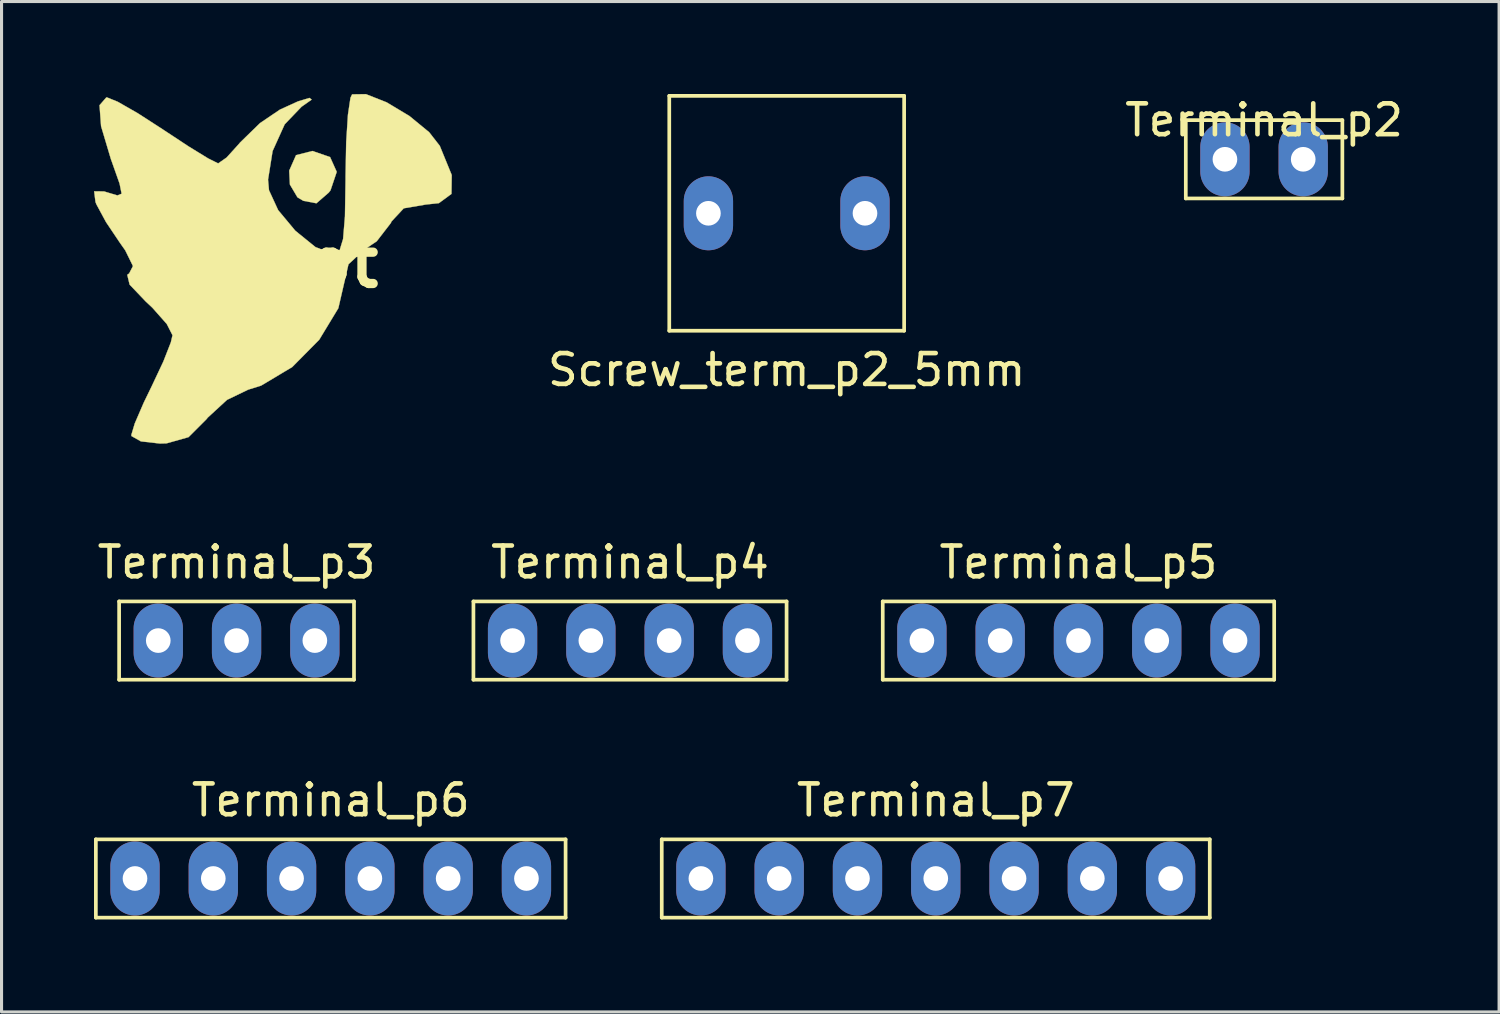
<source format=kicad_pcb>
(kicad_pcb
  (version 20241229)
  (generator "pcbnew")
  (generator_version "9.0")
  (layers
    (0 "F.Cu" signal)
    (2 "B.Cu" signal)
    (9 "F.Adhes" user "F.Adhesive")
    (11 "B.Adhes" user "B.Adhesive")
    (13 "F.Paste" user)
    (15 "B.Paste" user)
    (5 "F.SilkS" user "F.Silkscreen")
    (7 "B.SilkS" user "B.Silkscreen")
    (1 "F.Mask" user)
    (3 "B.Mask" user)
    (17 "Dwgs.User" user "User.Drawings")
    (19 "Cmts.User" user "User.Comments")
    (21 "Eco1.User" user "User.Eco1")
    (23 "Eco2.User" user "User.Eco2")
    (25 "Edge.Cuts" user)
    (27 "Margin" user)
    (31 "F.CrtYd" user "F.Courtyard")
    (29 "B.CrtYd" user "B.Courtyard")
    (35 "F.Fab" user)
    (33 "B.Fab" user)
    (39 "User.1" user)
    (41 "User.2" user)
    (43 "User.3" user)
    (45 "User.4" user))
  (footprint "Terminal_p4"
    (layer "F.Cu")
    (at 17.39 17.733)
    (property "Reference" "Terminal_p4" (at 0 -2.54 0) (layer "F.SilkS") (effects (font (size 1 1) (thickness 0.15))))
    (attr through_hole)
    (fp_line (start -5.08 -1.27) (end 5.08 -1.27) (stroke (width 0.12) (type solid)) (layer "F.SilkS"))
    (fp_line (start -5.08 1.27) (end -5.08 -1.27) (stroke (width 0.12) (type solid)) (layer "F.SilkS"))
    (fp_line (start 5.08 -1.27) (end 5.08 1.27) (stroke (width 0.12) (type solid)) (layer "F.SilkS"))
    (fp_line (start 5.08 1.27) (end -5.08 1.27) (stroke (width 0.12) (type solid)) (layer "F.SilkS"))
    (pad "1" thru_hole oval (at -3.81 0) (size 1.6 2.4) (drill 0.8) (layers "*.Cu" "*.Mask"))
    (pad "2" thru_hole oval (at -1.27 0) (size 1.6 2.4) (drill 0.8) (layers "*.Cu" "*.Mask"))
    (pad "3" thru_hole oval (at 1.27 0) (size 1.6 2.4) (drill 0.8) (layers "*.Cu" "*.Mask"))
    (pad "4" thru_hole oval (at 3.81 0) (size 1.6 2.4) (drill 0.8) (layers "*.Cu" "*.Mask")))
  (footprint "Terminal_p5"
    (layer "F.Cu")
    (at 31.94 17.733)
    (property "Reference" "Terminal_p5" (at 0 -2.54 0) (layer "F.SilkS") (effects (font (size 1 1) (thickness 0.15))))
    (attr through_hole)
    (fp_line (start -6.35 -1.27) (end 6.35 -1.27) (stroke (width 0.12) (type solid)) (layer "F.SilkS"))
    (fp_line (start -6.35 1.27) (end -6.35 -1.27) (stroke (width 0.12) (type solid)) (layer "F.SilkS"))
    (fp_line (start 6.35 -1.27) (end 6.35 1.27) (stroke (width 0.12) (type solid)) (layer "F.SilkS"))
    (fp_line (start 6.35 1.27) (end -6.35 1.27) (stroke (width 0.12) (type solid)) (layer "F.SilkS"))
    (pad "1" thru_hole oval (at -5.08 0) (size 1.6 2.4) (drill 0.8) (layers "*.Cu" "*.Mask"))
    (pad "2" thru_hole oval (at -2.54 0) (size 1.6 2.4) (drill 0.8) (layers "*.Cu" "*.Mask"))
    (pad "3" thru_hole oval (at 0 0) (size 1.6 2.4) (drill 0.8) (layers "*.Cu" "*.Mask"))
    (pad "4" thru_hole oval (at 2.54 0) (size 1.6 2.4) (drill 0.8) (layers "*.Cu" "*.Mask"))
    (pad "5" thru_hole oval (at 5.08 0) (size 1.6 2.4) (drill 0.8) (layers "*.Cu" "*.Mask")))
  (footprint "Terminal_p2"
    (layer "F.Cu")
    (at 37.962 2.118)
    (property "Reference" "Terminal_p2" (at 0 -1.27 0) (layer "F.SilkS") (effects (font (size 1 1) (thickness 0.15))))
    (attr through_hole)
    (fp_line (start -2.54 -1.27) (end -2.54 1.27) (stroke (width 0.12) (type solid)) (layer "F.SilkS"))
    (fp_line (start -2.54 1.27) (end 2.54 1.27) (stroke (width 0.12) (type solid)) (layer "F.SilkS"))
    (fp_line (start 2.54 -1.27) (end -2.54 -1.27) (stroke (width 0.12) (type solid)) (layer "F.SilkS"))
    (fp_line (start 2.54 1.27) (end 2.54 -1.27) (stroke (width 0.12) (type solid)) (layer "F.SilkS"))
    (pad "1" thru_hole oval (at -1.27 0) (size 1.6 2.4) (drill 0.8) (layers "*.Cu" "*.Mask"))
    (pad "2" thru_hole oval (at 1.27 0) (size 1.6 2.4) (drill 0.8) (layers "*.Cu" "*.Mask")))
  (footprint "Terminal_p3"
    (layer "F.Cu")
    (at 4.625 17.733)
    (property "Reference" "Terminal_p3" (at 0 -2.54 0) (layer "F.SilkS") (effects (font (size 1 1) (thickness 0.15))))
    (attr through_hole)
    (fp_line (start -3.81 -1.27) (end 3.81 -1.27) (stroke (width 0.12) (type solid)) (layer "F.SilkS"))
    (fp_line (start -3.81 1.27) (end -3.81 -1.27) (stroke (width 0.12) (type solid)) (layer "F.SilkS"))
    (fp_line (start 3.81 -1.27) (end 3.81 1.27) (stroke (width 0.12) (type solid)) (layer "F.SilkS"))
    (fp_line (start 3.81 1.27) (end -3.81 1.27) (stroke (width 0.12) (type solid)) (layer "F.SilkS"))
    (pad "1" thru_hole oval (at -2.54 0) (size 1.6 2.4) (drill 0.8) (layers "*.Cu" "*.Mask"))
    (pad "2" thru_hole oval (at 0 0) (size 1.6 2.4) (drill 0.8) (layers "*.Cu" "*.Mask"))
    (pad "3" thru_hole oval (at 2.54 0) (size 1.6 2.4) (drill 0.8) (layers "*.Cu" "*.Mask")))
  (footprint "Screw_term_p2_5mm"
    (layer "F.Cu")
    (at 22.474 3.87)
    (property "Reference" "Screw_term_p2_5mm" (at 0 5.08 0) (layer "F.SilkS") (effects (font (size 1 1) (thickness 0.15))))
    (attr through_hole)
    (fp_line (start -3.81 -3.81) (end -3.81 3.81) (stroke (width 0.12) (type solid)) (layer "F.SilkS"))
    (fp_line (start -3.81 3.81) (end 3.81 3.81) (stroke (width 0.12) (type solid)) (layer "F.SilkS"))
    (fp_line (start 3.81 -3.81) (end -3.81 -3.81) (stroke (width 0.12) (type solid)) (layer "F.SilkS"))
    (fp_line (start 3.81 3.81) (end 3.81 -3.81) (stroke (width 0.12) (type solid)) (layer "F.SilkS"))
    (pad "1" thru_hole oval (at -2.54 0) (size 1.6 2.4) (drill 0.8) (layers "*.Cu" "*.Mask"))
    (pad "2" thru_hole oval (at 2.54 0) (size 1.6 2.4) (drill 0.8) (layers "*.Cu" "*.Mask")))
  (footprint "Terminal_p7"
    (layer "F.Cu")
    (at 27.31 25.452)
    (property "Reference" "Terminal_p7" (at 0 -2.54 0) (layer "F.SilkS") (effects (font (size 1 1) (thickness 0.15))))
    (attr through_hole)
    (fp_line (start -8.89 -1.27) (end 8.89 -1.27) (stroke (width 0.12) (type solid)) (layer "F.SilkS"))
    (fp_line (start -8.89 1.27) (end -8.89 -1.27) (stroke (width 0.12) (type solid)) (layer "F.SilkS"))
    (fp_line (start 8.89 -1.27) (end 8.89 1.27) (stroke (width 0.12) (type solid)) (layer "F.SilkS"))
    (fp_line (start 8.89 1.27) (end -8.89 1.27) (stroke (width 0.12) (type solid)) (layer "F.SilkS"))
    (pad "1" thru_hole oval (at -7.62 0) (size 1.6 2.4) (drill 0.8) (layers "*.Cu" "*.Mask"))
    (pad "2" thru_hole oval (at -5.08 0) (size 1.6 2.4) (drill 0.8) (layers "*.Cu" "*.Mask"))
    (pad "3" thru_hole oval (at -2.54 0) (size 1.6 2.4) (drill 0.8) (layers "*.Cu" "*.Mask"))
    (pad "4" thru_hole oval (at 0 0) (size 1.6 2.4) (drill 0.8) (layers "*.Cu" "*.Mask"))
    (pad "5" thru_hole oval (at 2.54 0) (size 1.6 2.4) (drill 0.8) (layers "*.Cu" "*.Mask"))
    (pad "6" thru_hole oval (at 5.08 0) (size 1.6 2.4) (drill 0.8) (layers "*.Cu" "*.Mask"))
    (pad "7" thru_hole oval (at 7.62 0) (size 1.6 2.4) (drill 0.8) (layers "*.Cu" "*.Mask")))
  (footprint "Terminal_p6"
    (layer "F.Cu")
    (at 7.68 25.452)
    (property "Reference" "Terminal_p6" (at 0 -2.54 0) (layer "F.SilkS") (effects (font (size 1 1) (thickness 0.15))))
    (attr through_hole)
    (fp_line (start -7.62 -1.27) (end 7.62 -1.27) (stroke (width 0.12) (type solid)) (layer "F.SilkS"))
    (fp_line (start -7.62 1.27) (end -7.62 -1.27) (stroke (width 0.12) (type solid)) (layer "F.SilkS"))
    (fp_line (start 7.62 -1.27) (end 7.62 1.27) (stroke (width 0.12) (type solid)) (layer "F.SilkS"))
    (fp_line (start 7.62 1.27) (end -7.62 1.27) (stroke (width 0.12) (type solid)) (layer "F.SilkS"))
    (pad "1" thru_hole oval (at -6.35 0) (size 1.6 2.4) (drill 0.8) (layers "*.Cu" "*.Mask"))
    (pad "2" thru_hole oval (at -3.81 0) (size 1.6 2.4) (drill 0.8) (layers "*.Cu" "*.Mask"))
    (pad "3" thru_hole oval (at -1.27 0) (size 1.6 2.4) (drill 0.8) (layers "*.Cu" "*.Mask"))
    (pad "4" thru_hole oval (at 1.27 0) (size 1.6 2.4) (drill 0.8) (layers "*.Cu" "*.Mask"))
    (pad "5" thru_hole oval (at 3.81 0) (size 1.6 2.4) (drill 0.8) (layers "*.Cu" "*.Mask"))
    (pad "6" thru_hole oval (at 6.35 0) (size 1.6 2.4) (drill 0.8) (layers "*.Cu" "*.Mask")))
  (footprint "parrot"
    (layer "F.Cu")
    (at 5.755 5.458)
    (property "Reference" "parrot" (at 0 0 0) (layer "F.SilkS") (effects (font (size 1.524 1.524) (thickness 0.3))))
    (attr through_hole)
    (fp_poly (pts (xy 1.904 -3.412) (xy 2.12 -2.932) (xy 1.918 -2.333) (xy 1.861 -2.26) (xy 1.462 -1.913) (xy 1.037 -1.993) (xy 0.846 -2.106) (xy 0.601 -2.52) (xy 0.578 -2.971) (xy 0.8 -3.474) (xy 1.333 -3.609) (xy 1.904 -3.412)) (stroke (width 0.01) (type solid)) (fill yes) (layer "F.SilkS"))
    (fp_poly (pts (xy 3.741 -5.187) (xy 4.479 -4.744) (xy 5.118 -4.219) (xy 5.463 -3.777) (xy 5.851 -2.829) (xy 5.843 -2.218) (xy 5.433 -1.917) (xy 5.01 -1.872) (xy 4.295 -1.75) (xy 3.899 -1.325) (xy 3.873 -1.27) (xy 3.418 -0.68) (xy 3.008 -0.404) (xy 2.501 0.066) (xy 2.406 0.478) (xy 2.172 1.491) (xy 1.552 2.514) (xy 0.675 3.4) (xy -0.334 4.003) (xy -0.754 4.134) (xy -1.439 4.464) (xy -2.066 5.041) (xy -2.106 5.092) (xy -2.689 5.675) (xy -3.402 5.876) (xy -3.617 5.882) (xy -4.233 5.812) (xy -4.538 5.64) (xy -4.545 5.606) (xy -4.432 5.229) (xy -4.14 4.553) (xy -3.877 4.011) (xy -3.505 3.221) (xy -3.262 2.6) (xy -3.208 2.368) (xy -3.394 2.004) (xy -3.86 1.477) (xy -4.077 1.274) (xy -4.6 0.725) (xy -4.676 0.408) (xy -4.615 0.364) (xy -4.491 0.124) (xy -4.741 -0.385) (xy -4.909 -0.623) (xy -5.365 -1.302) (xy -5.678 -1.881) (xy -5.707 -1.956) (xy -5.75 -2.301) (xy -5.43 -2.298) (xy -5.346 -2.272) (xy -4.995 -2.167) (xy -4.859 -2.223) (xy -4.925 -2.55) (xy -5.177 -3.263) (xy -5.206 -3.342) (xy -5.526 -4.415) (xy -5.576 -5.094) (xy -5.356 -5.346) (xy -5.333 -5.347) (xy -4.985 -5.206) (xy -4.337 -4.835) (xy -3.525 -4.311) (xy -3.476 -4.278) (xy -2.676 -3.751) (xy -2.053 -3.369) (xy -1.732 -3.209) (xy -1.724 -3.208) (xy -1.453 -3.397) (xy -1.039 -3.854) (xy -1.018 -3.882) (xy -0.369 -4.514) (xy 0.278 -4.952) (xy 0.862 -5.218) (xy 1.237 -5.331) (xy 1.306 -5.276) (xy 0.978 -5.045) (xy 0.431 -4.474) (xy 0.039 -3.607) (xy -0.109 -2.679) (xy -0.078 -2.336) (xy 0.219 -1.691) (xy 0.777 -1.021) (xy 1.429 -0.492) (xy 2.008 -0.268) (xy 2.026 -0.267) (xy 2.21 -0.375) (xy 2.326 -0.754) (xy 2.387 -1.49) (xy 2.406 -2.667) (xy 2.406 -2.792) (xy 2.427 -3.898) (xy 2.484 -4.788) (xy 2.566 -5.336) (xy 2.619 -5.447) (xy 3.067 -5.453) (xy 3.741 -5.187)) (stroke (width 0.01) (type solid)) (fill yes) (layer "F.SilkS")))
  (gr_rect
    (start -3 -3)
    (end 45.587 29.782)
    (stroke (width 0.1) (type default))
    (fill no)
    (layer "Edge.Cuts")))
</source>
